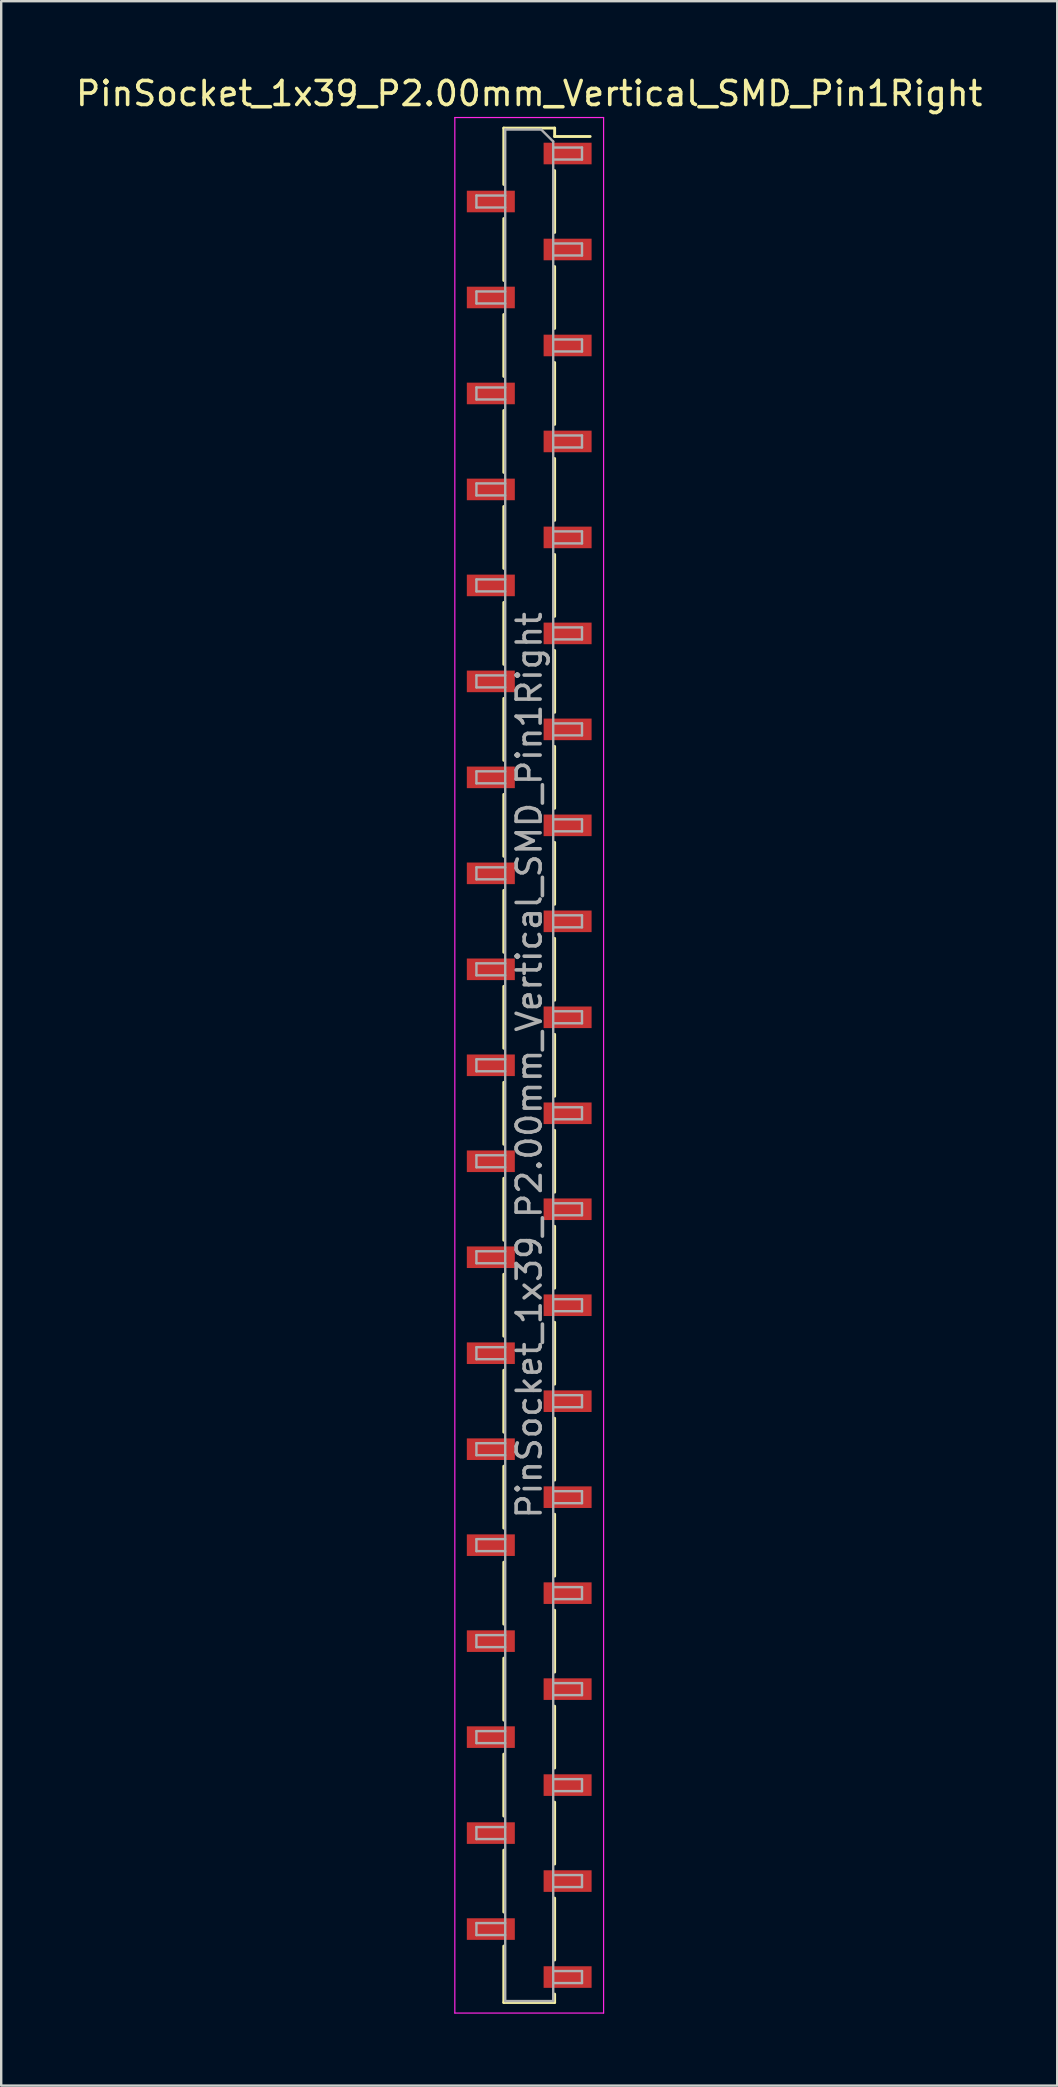
<source format=kicad_pcb>
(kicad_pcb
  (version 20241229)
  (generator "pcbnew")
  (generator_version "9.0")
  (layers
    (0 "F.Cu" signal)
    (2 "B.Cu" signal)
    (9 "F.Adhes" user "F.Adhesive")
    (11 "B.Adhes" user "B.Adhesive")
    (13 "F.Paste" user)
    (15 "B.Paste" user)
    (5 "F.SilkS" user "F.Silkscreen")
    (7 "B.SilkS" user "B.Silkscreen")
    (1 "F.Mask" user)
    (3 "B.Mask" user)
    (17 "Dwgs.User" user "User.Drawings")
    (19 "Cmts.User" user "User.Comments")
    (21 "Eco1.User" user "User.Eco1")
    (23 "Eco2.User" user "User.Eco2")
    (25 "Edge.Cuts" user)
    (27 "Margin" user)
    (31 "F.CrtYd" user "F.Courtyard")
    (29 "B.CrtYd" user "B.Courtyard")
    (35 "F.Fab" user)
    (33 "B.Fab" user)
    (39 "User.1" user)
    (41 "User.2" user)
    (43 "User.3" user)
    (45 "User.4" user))
  (footprint "PinSocket_1x39_P2.00mm_Vertical_SMD_Pin1Right"
    (layer "F.Cu")
    (at 19.006 41.348)
    (property "Reference" "PinSocket_1x39_P2.00mm_Vertical_SMD_Pin1Right" (at 0 -40.5 0) (layer "F.SilkS") (effects (font (size 1 1) (thickness 0.15))))
    (attr smd)
    (fp_line (start -1.06 -39.06) (end -1.06 -36.71) (stroke (width 0.12) (type solid)) (layer "F.SilkS"))
    (fp_line (start -1.06 -39.06) (end 1.06 -39.06) (stroke (width 0.12) (type solid)) (layer "F.SilkS"))
    (fp_line (start -1.06 -35.29) (end -1.06 -32.71) (stroke (width 0.12) (type solid)) (layer "F.SilkS"))
    (fp_line (start -1.06 -31.29) (end -1.06 -28.71) (stroke (width 0.12) (type solid)) (layer "F.SilkS"))
    (fp_line (start -1.06 -27.29) (end -1.06 -24.71) (stroke (width 0.12) (type solid)) (layer "F.SilkS"))
    (fp_line (start -1.06 -23.29) (end -1.06 -20.71) (stroke (width 0.12) (type solid)) (layer "F.SilkS"))
    (fp_line (start -1.06 -19.29) (end -1.06 -16.71) (stroke (width 0.12) (type solid)) (layer "F.SilkS"))
    (fp_line (start -1.06 -15.29) (end -1.06 -12.71) (stroke (width 0.12) (type solid)) (layer "F.SilkS"))
    (fp_line (start -1.06 -11.29) (end -1.06 -8.71) (stroke (width 0.12) (type solid)) (layer "F.SilkS"))
    (fp_line (start -1.06 -7.29) (end -1.06 -4.71) (stroke (width 0.12) (type solid)) (layer "F.SilkS"))
    (fp_line (start -1.06 -3.29) (end -1.06 -0.71) (stroke (width 0.12) (type solid)) (layer "F.SilkS"))
    (fp_line (start -1.06 0.71) (end -1.06 3.29) (stroke (width 0.12) (type solid)) (layer "F.SilkS"))
    (fp_line (start -1.06 4.71) (end -1.06 7.29) (stroke (width 0.12) (type solid)) (layer "F.SilkS"))
    (fp_line (start -1.06 8.71) (end -1.06 11.29) (stroke (width 0.12) (type solid)) (layer "F.SilkS"))
    (fp_line (start -1.06 12.71) (end -1.06 15.29) (stroke (width 0.12) (type solid)) (layer "F.SilkS"))
    (fp_line (start -1.06 16.71) (end -1.06 19.29) (stroke (width 0.12) (type solid)) (layer "F.SilkS"))
    (fp_line (start -1.06 20.71) (end -1.06 23.29) (stroke (width 0.12) (type solid)) (layer "F.SilkS"))
    (fp_line (start -1.06 24.71) (end -1.06 27.29) (stroke (width 0.12) (type solid)) (layer "F.SilkS"))
    (fp_line (start -1.06 28.71) (end -1.06 31.29) (stroke (width 0.12) (type solid)) (layer "F.SilkS"))
    (fp_line (start -1.06 32.71) (end -1.06 35.29) (stroke (width 0.12) (type solid)) (layer "F.SilkS"))
    (fp_line (start -1.06 36.71) (end -1.06 39.06) (stroke (width 0.12) (type solid)) (layer "F.SilkS"))
    (fp_line (start -1.06 39.06) (end 1.06 39.06) (stroke (width 0.12) (type solid)) (layer "F.SilkS"))
    (fp_line (start 1.06 -39.06) (end 1.06 -38.71) (stroke (width 0.12) (type solid)) (layer "F.SilkS"))
    (fp_line (start 1.06 -38.71) (end 2.54 -38.71) (stroke (width 0.12) (type solid)) (layer "F.SilkS"))
    (fp_line (start 1.06 -37.29) (end 1.06 -34.71) (stroke (width 0.12) (type solid)) (layer "F.SilkS"))
    (fp_line (start 1.06 -33.29) (end 1.06 -30.71) (stroke (width 0.12) (type solid)) (layer "F.SilkS"))
    (fp_line (start 1.06 -29.29) (end 1.06 -26.71) (stroke (width 0.12) (type solid)) (layer "F.SilkS"))
    (fp_line (start 1.06 -25.29) (end 1.06 -22.71) (stroke (width 0.12) (type solid)) (layer "F.SilkS"))
    (fp_line (start 1.06 -21.29) (end 1.06 -18.71) (stroke (width 0.12) (type solid)) (layer "F.SilkS"))
    (fp_line (start 1.06 -17.29) (end 1.06 -14.71) (stroke (width 0.12) (type solid)) (layer "F.SilkS"))
    (fp_line (start 1.06 -13.29) (end 1.06 -10.71) (stroke (width 0.12) (type solid)) (layer "F.SilkS"))
    (fp_line (start 1.06 -9.29) (end 1.06 -6.71) (stroke (width 0.12) (type solid)) (layer "F.SilkS"))
    (fp_line (start 1.06 -5.29) (end 1.06 -2.71) (stroke (width 0.12) (type solid)) (layer "F.SilkS"))
    (fp_line (start 1.06 -1.29) (end 1.06 1.29) (stroke (width 0.12) (type solid)) (layer "F.SilkS"))
    (fp_line (start 1.06 2.71) (end 1.06 5.29) (stroke (width 0.12) (type solid)) (layer "F.SilkS"))
    (fp_line (start 1.06 6.71) (end 1.06 9.29) (stroke (width 0.12) (type solid)) (layer "F.SilkS"))
    (fp_line (start 1.06 10.71) (end 1.06 13.29) (stroke (width 0.12) (type solid)) (layer "F.SilkS"))
    (fp_line (start 1.06 14.71) (end 1.06 17.29) (stroke (width 0.12) (type solid)) (layer "F.SilkS"))
    (fp_line (start 1.06 18.71) (end 1.06 21.29) (stroke (width 0.12) (type solid)) (layer "F.SilkS"))
    (fp_line (start 1.06 22.71) (end 1.06 25.29) (stroke (width 0.12) (type solid)) (layer "F.SilkS"))
    (fp_line (start 1.06 26.71) (end 1.06 29.29) (stroke (width 0.12) (type solid)) (layer "F.SilkS"))
    (fp_line (start 1.06 30.71) (end 1.06 33.29) (stroke (width 0.12) (type solid)) (layer "F.SilkS"))
    (fp_line (start 1.06 34.71) (end 1.06 37.29) (stroke (width 0.12) (type solid)) (layer "F.SilkS"))
    (fp_line (start 1.06 38.71) (end 1.06 39.06) (stroke (width 0.12) (type solid)) (layer "F.SilkS"))
    (fp_line (start -3.1 -39.5) (end 3.1 -39.5) (stroke (width 0.05) (type solid)) (layer "F.CrtYd"))
    (fp_line (start -3.1 39.5) (end -3.1 -39.5) (stroke (width 0.05) (type solid)) (layer "F.CrtYd"))
    (fp_line (start 3.1 -39.5) (end 3.1 39.5) (stroke (width 0.05) (type solid)) (layer "F.CrtYd"))
    (fp_line (start 3.1 39.5) (end -3.1 39.5) (stroke (width 0.05) (type solid)) (layer "F.CrtYd"))
    (fp_line (start -2.2 -36.25) (end -1 -36.25) (stroke (width 0.1) (type solid)) (layer "F.Fab"))
    (fp_line (start -2.2 -35.75) (end -2.2 -36.25) (stroke (width 0.1) (type solid)) (layer "F.Fab"))
    (fp_line (start -2.2 -32.25) (end -1 -32.25) (stroke (width 0.1) (type solid)) (layer "F.Fab"))
    (fp_line (start -2.2 -31.75) (end -2.2 -32.25) (stroke (width 0.1) (type solid)) (layer "F.Fab"))
    (fp_line (start -2.2 -28.25) (end -1 -28.25) (stroke (width 0.1) (type solid)) (layer "F.Fab"))
    (fp_line (start -2.2 -27.75) (end -2.2 -28.25) (stroke (width 0.1) (type solid)) (layer "F.Fab"))
    (fp_line (start -2.2 -24.25) (end -1 -24.25) (stroke (width 0.1) (type solid)) (layer "F.Fab"))
    (fp_line (start -2.2 -23.75) (end -2.2 -24.25) (stroke (width 0.1) (type solid)) (layer "F.Fab"))
    (fp_line (start -2.2 -20.25) (end -1 -20.25) (stroke (width 0.1) (type solid)) (layer "F.Fab"))
    (fp_line (start -2.2 -19.75) (end -2.2 -20.25) (stroke (width 0.1) (type solid)) (layer "F.Fab"))
    (fp_line (start -2.2 -16.25) (end -1 -16.25) (stroke (width 0.1) (type solid)) (layer "F.Fab"))
    (fp_line (start -2.2 -15.75) (end -2.2 -16.25) (stroke (width 0.1) (type solid)) (layer "F.Fab"))
    (fp_line (start -2.2 -12.25) (end -1 -12.25) (stroke (width 0.1) (type solid)) (layer "F.Fab"))
    (fp_line (start -2.2 -11.75) (end -2.2 -12.25) (stroke (width 0.1) (type solid)) (layer "F.Fab"))
    (fp_line (start -2.2 -8.25) (end -1 -8.25) (stroke (width 0.1) (type solid)) (layer "F.Fab"))
    (fp_line (start -2.2 -7.75) (end -2.2 -8.25) (stroke (width 0.1) (type solid)) (layer "F.Fab"))
    (fp_line (start -2.2 -4.25) (end -1 -4.25) (stroke (width 0.1) (type solid)) (layer "F.Fab"))
    (fp_line (start -2.2 -3.75) (end -2.2 -4.25) (stroke (width 0.1) (type solid)) (layer "F.Fab"))
    (fp_line (start -2.2 -0.25) (end -1 -0.25) (stroke (width 0.1) (type solid)) (layer "F.Fab"))
    (fp_line (start -2.2 0.25) (end -2.2 -0.25) (stroke (width 0.1) (type solid)) (layer "F.Fab"))
    (fp_line (start -2.2 3.75) (end -1 3.75) (stroke (width 0.1) (type solid)) (layer "F.Fab"))
    (fp_line (start -2.2 4.25) (end -2.2 3.75) (stroke (width 0.1) (type solid)) (layer "F.Fab"))
    (fp_line (start -2.2 7.75) (end -1 7.75) (stroke (width 0.1) (type solid)) (layer "F.Fab"))
    (fp_line (start -2.2 8.25) (end -2.2 7.75) (stroke (width 0.1) (type solid)) (layer "F.Fab"))
    (fp_line (start -2.2 11.75) (end -1 11.75) (stroke (width 0.1) (type solid)) (layer "F.Fab"))
    (fp_line (start -2.2 12.25) (end -2.2 11.75) (stroke (width 0.1) (type solid)) (layer "F.Fab"))
    (fp_line (start -2.2 15.75) (end -1 15.75) (stroke (width 0.1) (type solid)) (layer "F.Fab"))
    (fp_line (start -2.2 16.25) (end -2.2 15.75) (stroke (width 0.1) (type solid)) (layer "F.Fab"))
    (fp_line (start -2.2 19.75) (end -1 19.75) (stroke (width 0.1) (type solid)) (layer "F.Fab"))
    (fp_line (start -2.2 20.25) (end -2.2 19.75) (stroke (width 0.1) (type solid)) (layer "F.Fab"))
    (fp_line (start -2.2 23.75) (end -1 23.75) (stroke (width 0.1) (type solid)) (layer "F.Fab"))
    (fp_line (start -2.2 24.25) (end -2.2 23.75) (stroke (width 0.1) (type solid)) (layer "F.Fab"))
    (fp_line (start -2.2 27.75) (end -1 27.75) (stroke (width 0.1) (type solid)) (layer "F.Fab"))
    (fp_line (start -2.2 28.25) (end -2.2 27.75) (stroke (width 0.1) (type solid)) (layer "F.Fab"))
    (fp_line (start -2.2 31.75) (end -1 31.75) (stroke (width 0.1) (type solid)) (layer "F.Fab"))
    (fp_line (start -2.2 32.25) (end -2.2 31.75) (stroke (width 0.1) (type solid)) (layer "F.Fab"))
    (fp_line (start -2.2 35.75) (end -1 35.75) (stroke (width 0.1) (type solid)) (layer "F.Fab"))
    (fp_line (start -2.2 36.25) (end -2.2 35.75) (stroke (width 0.1) (type solid)) (layer "F.Fab"))
    (fp_line (start -1 -39) (end 0.5 -39) (stroke (width 0.1) (type solid)) (layer "F.Fab"))
    (fp_line (start -1 -35.75) (end -2.2 -35.75) (stroke (width 0.1) (type solid)) (layer "F.Fab"))
    (fp_line (start -1 -31.75) (end -2.2 -31.75) (stroke (width 0.1) (type solid)) (layer "F.Fab"))
    (fp_line (start -1 -27.75) (end -2.2 -27.75) (stroke (width 0.1) (type solid)) (layer "F.Fab"))
    (fp_line (start -1 -23.75) (end -2.2 -23.75) (stroke (width 0.1) (type solid)) (layer "F.Fab"))
    (fp_line (start -1 -19.75) (end -2.2 -19.75) (stroke (width 0.1) (type solid)) (layer "F.Fab"))
    (fp_line (start -1 -15.75) (end -2.2 -15.75) (stroke (width 0.1) (type solid)) (layer "F.Fab"))
    (fp_line (start -1 -11.75) (end -2.2 -11.75) (stroke (width 0.1) (type solid)) (layer "F.Fab"))
    (fp_line (start -1 -7.75) (end -2.2 -7.75) (stroke (width 0.1) (type solid)) (layer "F.Fab"))
    (fp_line (start -1 -3.75) (end -2.2 -3.75) (stroke (width 0.1) (type solid)) (layer "F.Fab"))
    (fp_line (start -1 0.25) (end -2.2 0.25) (stroke (width 0.1) (type solid)) (layer "F.Fab"))
    (fp_line (start -1 4.25) (end -2.2 4.25) (stroke (width 0.1) (type solid)) (layer "F.Fab"))
    (fp_line (start -1 8.25) (end -2.2 8.25) (stroke (width 0.1) (type solid)) (layer "F.Fab"))
    (fp_line (start -1 12.25) (end -2.2 12.25) (stroke (width 0.1) (type solid)) (layer "F.Fab"))
    (fp_line (start -1 16.25) (end -2.2 16.25) (stroke (width 0.1) (type solid)) (layer "F.Fab"))
    (fp_line (start -1 20.25) (end -2.2 20.25) (stroke (width 0.1) (type solid)) (layer "F.Fab"))
    (fp_line (start -1 24.25) (end -2.2 24.25) (stroke (width 0.1) (type solid)) (layer "F.Fab"))
    (fp_line (start -1 28.25) (end -2.2 28.25) (stroke (width 0.1) (type solid)) (layer "F.Fab"))
    (fp_line (start -1 32.25) (end -2.2 32.25) (stroke (width 0.1) (type solid)) (layer "F.Fab"))
    (fp_line (start -1 36.25) (end -2.2 36.25) (stroke (width 0.1) (type solid)) (layer "F.Fab"))
    (fp_line (start -1 39) (end -1 -39) (stroke (width 0.1) (type solid)) (layer "F.Fab"))
    (fp_line (start 0.5 -39) (end 1 -38.5) (stroke (width 0.1) (type solid)) (layer "F.Fab"))
    (fp_line (start 1 -38.5) (end 1 39) (stroke (width 0.1) (type solid)) (layer "F.Fab"))
    (fp_line (start 1 -38.25) (end 2.2 -38.25) (stroke (width 0.1) (type solid)) (layer "F.Fab"))
    (fp_line (start 1 -34.25) (end 2.2 -34.25) (stroke (width 0.1) (type solid)) (layer "F.Fab"))
    (fp_line (start 1 -30.25) (end 2.2 -30.25) (stroke (width 0.1) (type solid)) (layer "F.Fab"))
    (fp_line (start 1 -26.25) (end 2.2 -26.25) (stroke (width 0.1) (type solid)) (layer "F.Fab"))
    (fp_line (start 1 -22.25) (end 2.2 -22.25) (stroke (width 0.1) (type solid)) (layer "F.Fab"))
    (fp_line (start 1 -18.25) (end 2.2 -18.25) (stroke (width 0.1) (type solid)) (layer "F.Fab"))
    (fp_line (start 1 -14.25) (end 2.2 -14.25) (stroke (width 0.1) (type solid)) (layer "F.Fab"))
    (fp_line (start 1 -10.25) (end 2.2 -10.25) (stroke (width 0.1) (type solid)) (layer "F.Fab"))
    (fp_line (start 1 -6.25) (end 2.2 -6.25) (stroke (width 0.1) (type solid)) (layer "F.Fab"))
    (fp_line (start 1 -2.25) (end 2.2 -2.25) (stroke (width 0.1) (type solid)) (layer "F.Fab"))
    (fp_line (start 1 1.75) (end 2.2 1.75) (stroke (width 0.1) (type solid)) (layer "F.Fab"))
    (fp_line (start 1 5.75) (end 2.2 5.75) (stroke (width 0.1) (type solid)) (layer "F.Fab"))
    (fp_line (start 1 9.75) (end 2.2 9.75) (stroke (width 0.1) (type solid)) (layer "F.Fab"))
    (fp_line (start 1 13.75) (end 2.2 13.75) (stroke (width 0.1) (type solid)) (layer "F.Fab"))
    (fp_line (start 1 17.75) (end 2.2 17.75) (stroke (width 0.1) (type solid)) (layer "F.Fab"))
    (fp_line (start 1 21.75) (end 2.2 21.75) (stroke (width 0.1) (type solid)) (layer "F.Fab"))
    (fp_line (start 1 25.75) (end 2.2 25.75) (stroke (width 0.1) (type solid)) (layer "F.Fab"))
    (fp_line (start 1 29.75) (end 2.2 29.75) (stroke (width 0.1) (type solid)) (layer "F.Fab"))
    (fp_line (start 1 33.75) (end 2.2 33.75) (stroke (width 0.1) (type solid)) (layer "F.Fab"))
    (fp_line (start 1 37.75) (end 2.2 37.75) (stroke (width 0.1) (type solid)) (layer "F.Fab"))
    (fp_line (start 1 39) (end -1 39) (stroke (width 0.1) (type solid)) (layer "F.Fab"))
    (fp_line (start 2.2 -38.25) (end 2.2 -37.75) (stroke (width 0.1) (type solid)) (layer "F.Fab"))
    (fp_line (start 2.2 -37.75) (end 1 -37.75) (stroke (width 0.1) (type solid)) (layer "F.Fab"))
    (fp_line (start 2.2 -34.25) (end 2.2 -33.75) (stroke (width 0.1) (type solid)) (layer "F.Fab"))
    (fp_line (start 2.2 -33.75) (end 1 -33.75) (stroke (width 0.1) (type solid)) (layer "F.Fab"))
    (fp_line (start 2.2 -30.25) (end 2.2 -29.75) (stroke (width 0.1) (type solid)) (layer "F.Fab"))
    (fp_line (start 2.2 -29.75) (end 1 -29.75) (stroke (width 0.1) (type solid)) (layer "F.Fab"))
    (fp_line (start 2.2 -26.25) (end 2.2 -25.75) (stroke (width 0.1) (type solid)) (layer "F.Fab"))
    (fp_line (start 2.2 -25.75) (end 1 -25.75) (stroke (width 0.1) (type solid)) (layer "F.Fab"))
    (fp_line (start 2.2 -22.25) (end 2.2 -21.75) (stroke (width 0.1) (type solid)) (layer "F.Fab"))
    (fp_line (start 2.2 -21.75) (end 1 -21.75) (stroke (width 0.1) (type solid)) (layer "F.Fab"))
    (fp_line (start 2.2 -18.25) (end 2.2 -17.75) (stroke (width 0.1) (type solid)) (layer "F.Fab"))
    (fp_line (start 2.2 -17.75) (end 1 -17.75) (stroke (width 0.1) (type solid)) (layer "F.Fab"))
    (fp_line (start 2.2 -14.25) (end 2.2 -13.75) (stroke (width 0.1) (type solid)) (layer "F.Fab"))
    (fp_line (start 2.2 -13.75) (end 1 -13.75) (stroke (width 0.1) (type solid)) (layer "F.Fab"))
    (fp_line (start 2.2 -10.25) (end 2.2 -9.75) (stroke (width 0.1) (type solid)) (layer "F.Fab"))
    (fp_line (start 2.2 -9.75) (end 1 -9.75) (stroke (width 0.1) (type solid)) (layer "F.Fab"))
    (fp_line (start 2.2 -6.25) (end 2.2 -5.75) (stroke (width 0.1) (type solid)) (layer "F.Fab"))
    (fp_line (start 2.2 -5.75) (end 1 -5.75) (stroke (width 0.1) (type solid)) (layer "F.Fab"))
    (fp_line (start 2.2 -2.25) (end 2.2 -1.75) (stroke (width 0.1) (type solid)) (layer "F.Fab"))
    (fp_line (start 2.2 -1.75) (end 1 -1.75) (stroke (width 0.1) (type solid)) (layer "F.Fab"))
    (fp_line (start 2.2 1.75) (end 2.2 2.25) (stroke (width 0.1) (type solid)) (layer "F.Fab"))
    (fp_line (start 2.2 2.25) (end 1 2.25) (stroke (width 0.1) (type solid)) (layer "F.Fab"))
    (fp_line (start 2.2 5.75) (end 2.2 6.25) (stroke (width 0.1) (type solid)) (layer "F.Fab"))
    (fp_line (start 2.2 6.25) (end 1 6.25) (stroke (width 0.1) (type solid)) (layer "F.Fab"))
    (fp_line (start 2.2 9.75) (end 2.2 10.25) (stroke (width 0.1) (type solid)) (layer "F.Fab"))
    (fp_line (start 2.2 10.25) (end 1 10.25) (stroke (width 0.1) (type solid)) (layer "F.Fab"))
    (fp_line (start 2.2 13.75) (end 2.2 14.25) (stroke (width 0.1) (type solid)) (layer "F.Fab"))
    (fp_line (start 2.2 14.25) (end 1 14.25) (stroke (width 0.1) (type solid)) (layer "F.Fab"))
    (fp_line (start 2.2 17.75) (end 2.2 18.25) (stroke (width 0.1) (type solid)) (layer "F.Fab"))
    (fp_line (start 2.2 18.25) (end 1 18.25) (stroke (width 0.1) (type solid)) (layer "F.Fab"))
    (fp_line (start 2.2 21.75) (end 2.2 22.25) (stroke (width 0.1) (type solid)) (layer "F.Fab"))
    (fp_line (start 2.2 22.25) (end 1 22.25) (stroke (width 0.1) (type solid)) (layer "F.Fab"))
    (fp_line (start 2.2 25.75) (end 2.2 26.25) (stroke (width 0.1) (type solid)) (layer "F.Fab"))
    (fp_line (start 2.2 26.25) (end 1 26.25) (stroke (width 0.1) (type solid)) (layer "F.Fab"))
    (fp_line (start 2.2 29.75) (end 2.2 30.25) (stroke (width 0.1) (type solid)) (layer "F.Fab"))
    (fp_line (start 2.2 30.25) (end 1 30.25) (stroke (width 0.1) (type solid)) (layer "F.Fab"))
    (fp_line (start 2.2 33.75) (end 2.2 34.25) (stroke (width 0.1) (type solid)) (layer "F.Fab"))
    (fp_line (start 2.2 34.25) (end 1 34.25) (stroke (width 0.1) (type solid)) (layer "F.Fab"))
    (fp_line (start 2.2 37.75) (end 2.2 38.25) (stroke (width 0.1) (type solid)) (layer "F.Fab"))
    (fp_line (start 2.2 38.25) (end 1 38.25) (stroke (width 0.1) (type solid)) (layer "F.Fab"))
    (fp_text user "${REFERENCE}" (at 0 0 90) (layer "F.Fab") (effects (font (size 1 1) (thickness 0.15))))
    (pad "1" smd rect (at 1.6 -38) (size 2 0.9) (layers "F.Cu" "F.Mask" "F.Paste"))
    (pad "2" smd rect (at -1.6 -36) (size 2 0.9) (layers "F.Cu" "F.Mask" "F.Paste"))
    (pad "3" smd rect (at 1.6 -34) (size 2 0.9) (layers "F.Cu" "F.Mask" "F.Paste"))
    (pad "4" smd rect (at -1.6 -32) (size 2 0.9) (layers "F.Cu" "F.Mask" "F.Paste"))
    (pad "5" smd rect (at 1.6 -30) (size 2 0.9) (layers "F.Cu" "F.Mask" "F.Paste"))
    (pad "6" smd rect (at -1.6 -28) (size 2 0.9) (layers "F.Cu" "F.Mask" "F.Paste"))
    (pad "7" smd rect (at 1.6 -26) (size 2 0.9) (layers "F.Cu" "F.Mask" "F.Paste"))
    (pad "8" smd rect (at -1.6 -24) (size 2 0.9) (layers "F.Cu" "F.Mask" "F.Paste"))
    (pad "9" smd rect (at 1.6 -22) (size 2 0.9) (layers "F.Cu" "F.Mask" "F.Paste"))
    (pad "10" smd rect (at -1.6 -20) (size 2 0.9) (layers "F.Cu" "F.Mask" "F.Paste"))
    (pad "11" smd rect (at 1.6 -18) (size 2 0.9) (layers "F.Cu" "F.Mask" "F.Paste"))
    (pad "12" smd rect (at -1.6 -16) (size 2 0.9) (layers "F.Cu" "F.Mask" "F.Paste"))
    (pad "13" smd rect (at 1.6 -14) (size 2 0.9) (layers "F.Cu" "F.Mask" "F.Paste"))
    (pad "14" smd rect (at -1.6 -12) (size 2 0.9) (layers "F.Cu" "F.Mask" "F.Paste"))
    (pad "15" smd rect (at 1.6 -10) (size 2 0.9) (layers "F.Cu" "F.Mask" "F.Paste"))
    (pad "16" smd rect (at -1.6 -8) (size 2 0.9) (layers "F.Cu" "F.Mask" "F.Paste"))
    (pad "17" smd rect (at 1.6 -6) (size 2 0.9) (layers "F.Cu" "F.Mask" "F.Paste"))
    (pad "18" smd rect (at -1.6 -4) (size 2 0.9) (layers "F.Cu" "F.Mask" "F.Paste"))
    (pad "19" smd rect (at 1.6 -2) (size 2 0.9) (layers "F.Cu" "F.Mask" "F.Paste"))
    (pad "20" smd rect (at -1.6 0) (size 2 0.9) (layers "F.Cu" "F.Mask" "F.Paste"))
    (pad "21" smd rect (at 1.6 2) (size 2 0.9) (layers "F.Cu" "F.Mask" "F.Paste"))
    (pad "22" smd rect (at -1.6 4) (size 2 0.9) (layers "F.Cu" "F.Mask" "F.Paste"))
    (pad "23" smd rect (at 1.6 6) (size 2 0.9) (layers "F.Cu" "F.Mask" "F.Paste"))
    (pad "24" smd rect (at -1.6 8) (size 2 0.9) (layers "F.Cu" "F.Mask" "F.Paste"))
    (pad "25" smd rect (at 1.6 10) (size 2 0.9) (layers "F.Cu" "F.Mask" "F.Paste"))
    (pad "26" smd rect (at -1.6 12) (size 2 0.9) (layers "F.Cu" "F.Mask" "F.Paste"))
    (pad "27" smd rect (at 1.6 14) (size 2 0.9) (layers "F.Cu" "F.Mask" "F.Paste"))
    (pad "28" smd rect (at -1.6 16) (size 2 0.9) (layers "F.Cu" "F.Mask" "F.Paste"))
    (pad "29" smd rect (at 1.6 18) (size 2 0.9) (layers "F.Cu" "F.Mask" "F.Paste"))
    (pad "30" smd rect (at -1.6 20) (size 2 0.9) (layers "F.Cu" "F.Mask" "F.Paste"))
    (pad "31" smd rect (at 1.6 22) (size 2 0.9) (layers "F.Cu" "F.Mask" "F.Paste"))
    (pad "32" smd rect (at -1.6 24) (size 2 0.9) (layers "F.Cu" "F.Mask" "F.Paste"))
    (pad "33" smd rect (at 1.6 26) (size 2 0.9) (layers "F.Cu" "F.Mask" "F.Paste"))
    (pad "34" smd rect (at -1.6 28) (size 2 0.9) (layers "F.Cu" "F.Mask" "F.Paste"))
    (pad "35" smd rect (at 1.6 30) (size 2 0.9) (layers "F.Cu" "F.Mask" "F.Paste"))
    (pad "36" smd rect (at -1.6 32) (size 2 0.9) (layers "F.Cu" "F.Mask" "F.Paste"))
    (pad "37" smd rect (at 1.6 34) (size 2 0.9) (layers "F.Cu" "F.Mask" "F.Paste"))
    (pad "38" smd rect (at -1.6 36) (size 2 0.9) (layers "F.Cu" "F.Mask" "F.Paste"))
    (pad "39" smd rect (at 1.6 38) (size 2 0.9) (layers "F.Cu" "F.Mask" "F.Paste")))
  (gr_rect
    (start -3 -3)
    (end 41.012 83.873)
    (stroke (width 0.1) (type default))
    (fill no)
    (layer "Edge.Cuts")))
</source>
